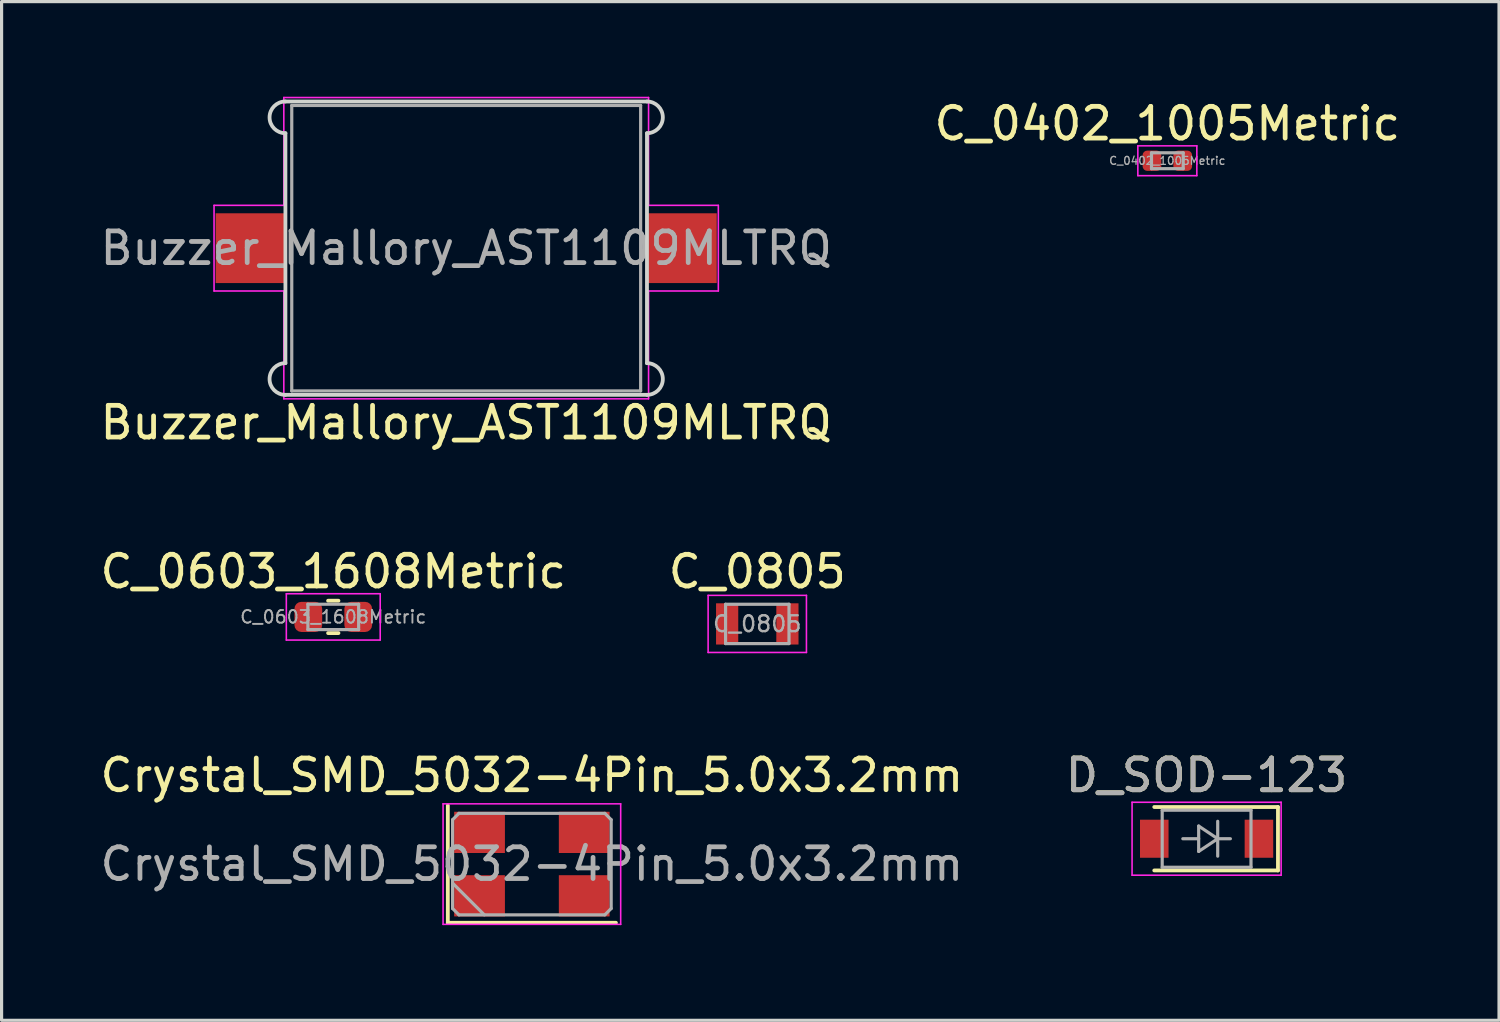
<source format=kicad_pcb>
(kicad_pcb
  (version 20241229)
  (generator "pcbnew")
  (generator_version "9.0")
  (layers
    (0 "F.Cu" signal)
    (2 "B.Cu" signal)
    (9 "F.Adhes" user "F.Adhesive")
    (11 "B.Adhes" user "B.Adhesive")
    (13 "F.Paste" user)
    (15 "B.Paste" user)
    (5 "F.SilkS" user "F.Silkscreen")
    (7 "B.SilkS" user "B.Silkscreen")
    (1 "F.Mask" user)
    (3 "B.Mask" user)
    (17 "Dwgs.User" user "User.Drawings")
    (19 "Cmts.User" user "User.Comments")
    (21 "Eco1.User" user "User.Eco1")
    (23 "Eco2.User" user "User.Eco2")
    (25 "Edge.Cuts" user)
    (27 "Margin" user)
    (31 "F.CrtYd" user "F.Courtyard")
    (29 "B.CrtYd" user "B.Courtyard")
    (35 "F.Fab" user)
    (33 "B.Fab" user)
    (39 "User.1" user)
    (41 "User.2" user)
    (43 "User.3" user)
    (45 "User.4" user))
  (footprint "C_0402_1005Metric"
    (layer "F.Cu")
    (at 33.756 2.018)
    (property "Reference" "C_0402_1005Metric" (at 0 -1.17 0) (layer "F.SilkS") (effects (font (size 1 1) (thickness 0.15))))
    (attr smd)
    (fp_line (start -0.93 -0.47) (end 0.93 -0.47) (stroke (width 0.05) (type solid)) (layer "F.CrtYd"))
    (fp_line (start -0.93 0.47) (end -0.93 -0.47) (stroke (width 0.05) (type solid)) (layer "F.CrtYd"))
    (fp_line (start 0.93 -0.47) (end 0.93 0.47) (stroke (width 0.05) (type solid)) (layer "F.CrtYd"))
    (fp_line (start 0.93 0.47) (end -0.93 0.47) (stroke (width 0.05) (type solid)) (layer "F.CrtYd"))
    (fp_line (start -0.5 -0.25) (end 0.5 -0.25) (stroke (width 0.1) (type solid)) (layer "F.Fab"))
    (fp_line (start -0.5 0.25) (end -0.5 -0.25) (stroke (width 0.1) (type solid)) (layer "F.Fab"))
    (fp_line (start 0.5 -0.25) (end 0.5 0.25) (stroke (width 0.1) (type solid)) (layer "F.Fab"))
    (fp_line (start 0.5 0.25) (end -0.5 0.25) (stroke (width 0.1) (type solid)) (layer "F.Fab"))
    (fp_text user "${REFERENCE}" (at 0 0 0) (layer "F.Fab") (effects (font (size 0.25 0.25) (thickness 0.04))))
    (pad "1" smd roundrect (at -0.485 0) (size 0.59 0.64) (layers "F.Cu" "F.Mask" "F.Paste") (roundrect_rratio 0.25))
    (pad "2" smd roundrect (at 0.485 0) (size 0.59 0.64) (layers "F.Cu" "F.Mask" "F.Paste") (roundrect_rratio 0.25)))
  (footprint "D_SOD-123"
    (layer "F.Cu")
    (at 34.994 23.395)
    (property "Reference" "D_SOD-123" (at 0 -2 0) (layer "F.SilkS") (effects (font (size 1 1) (thickness 0.15))))
    (attr smd)
    (fp_line (start 2.25 -1) (end -1.65 -1) (stroke (width 0.12) (type solid)) (layer "F.SilkS"))
    (fp_line (start 2.25 1) (end -1.65 1) (stroke (width 0.12) (type solid)) (layer "F.SilkS"))
    (fp_line (start 2.25 1) (end 2.25 -1) (stroke (width 0.12) (type solid)) (layer "F.SilkS"))
    (fp_line (start -2.35 -1.15) (end -2.35 1.15) (stroke (width 0.05) (type solid)) (layer "F.CrtYd"))
    (fp_line (start -2.35 -1.15) (end 2.35 -1.15) (stroke (width 0.05) (type solid)) (layer "F.CrtYd"))
    (fp_line (start 2.35 -1.15) (end 2.35 1.15) (stroke (width 0.05) (type solid)) (layer "F.CrtYd"))
    (fp_line (start 2.35 1.15) (end -2.35 1.15) (stroke (width 0.05) (type solid)) (layer "F.CrtYd"))
    (fp_line (start -1.4 -0.9) (end 1.4 -0.9) (stroke (width 0.1) (type solid)) (layer "F.Fab"))
    (fp_line (start -1.4 0.9) (end -1.4 -0.9) (stroke (width 0.1) (type solid)) (layer "F.Fab"))
    (fp_line (start -0.25 -0.4) (end 0.35 0) (stroke (width 0.1) (type solid)) (layer "F.Fab"))
    (fp_line (start -0.25 0) (end -0.75 0) (stroke (width 0.1) (type solid)) (layer "F.Fab"))
    (fp_line (start -0.25 0.4) (end -0.25 -0.4) (stroke (width 0.1) (type solid)) (layer "F.Fab"))
    (fp_line (start 0.35 0) (end -0.25 0.4) (stroke (width 0.1) (type solid)) (layer "F.Fab"))
    (fp_line (start 0.35 0) (end 0.35 -0.55) (stroke (width 0.1) (type solid)) (layer "F.Fab"))
    (fp_line (start 0.35 0) (end 0.35 0.55) (stroke (width 0.1) (type solid)) (layer "F.Fab"))
    (fp_line (start 0.75 0) (end 0.35 0) (stroke (width 0.1) (type solid)) (layer "F.Fab"))
    (fp_line (start 1.4 -0.9) (end 1.4 0.9) (stroke (width 0.1) (type solid)) (layer "F.Fab"))
    (fp_line (start 1.4 0.9) (end -1.4 0.9) (stroke (width 0.1) (type solid)) (layer "F.Fab"))
    (fp_text user "${REFERENCE}" (at 0 -2 0) (layer "F.Fab") (effects (font (size 1 1) (thickness 0.15))))
    (pad "+" smd rect (at -1.65 0) (size 0.9 1.2) (layers "F.Cu" "F.Mask" "F.Paste"))
    (pad "-" smd rect (at 1.65 0) (size 0.9 1.2) (layers "F.Cu" "F.Mask" "F.Paste")))
  (footprint "Crystal_SMD_5032-4Pin_5.0x3.2mm"
    (layer "F.Cu")
    (at 13.72 24.195)
    (property "Reference" "Crystal_SMD_5032-4Pin_5.0x3.2mm" (at 0 -2.8 0) (layer "F.SilkS") (effects (font (size 1 1) (thickness 0.15))))
    (attr smd)
    (fp_line (start -2.65 -1.85) (end -2.65 1.85) (stroke (width 0.12) (type solid)) (layer "F.SilkS"))
    (fp_line (start -2.65 1.85) (end 2.65 1.85) (stroke (width 0.12) (type solid)) (layer "F.SilkS"))
    (fp_line (start -2.8 -1.9) (end -2.8 1.9) (stroke (width 0.05) (type solid)) (layer "F.CrtYd"))
    (fp_line (start -2.8 1.9) (end 2.8 1.9) (stroke (width 0.05) (type solid)) (layer "F.CrtYd"))
    (fp_line (start 2.8 -1.9) (end -2.8 -1.9) (stroke (width 0.05) (type solid)) (layer "F.CrtYd"))
    (fp_line (start 2.8 1.9) (end 2.8 -1.9) (stroke (width 0.05) (type solid)) (layer "F.CrtYd"))
    (fp_line (start -2.5 -1.4) (end -2.3 -1.6) (stroke (width 0.1) (type solid)) (layer "F.Fab"))
    (fp_line (start -2.5 0.6) (end -1.5 1.6) (stroke (width 0.1) (type solid)) (layer "F.Fab"))
    (fp_line (start -2.5 1.4) (end -2.5 -1.4) (stroke (width 0.1) (type solid)) (layer "F.Fab"))
    (fp_line (start -2.3 -1.6) (end 2.3 -1.6) (stroke (width 0.1) (type solid)) (layer "F.Fab"))
    (fp_line (start -2.3 1.6) (end -2.5 1.4) (stroke (width 0.1) (type solid)) (layer "F.Fab"))
    (fp_line (start 2.3 -1.6) (end 2.5 -1.4) (stroke (width 0.1) (type solid)) (layer "F.Fab"))
    (fp_line (start 2.3 1.6) (end -2.3 1.6) (stroke (width 0.1) (type solid)) (layer "F.Fab"))
    (fp_line (start 2.5 -1.4) (end 2.5 1.4) (stroke (width 0.1) (type solid)) (layer "F.Fab"))
    (fp_line (start 2.5 1.4) (end 2.3 1.6) (stroke (width 0.1) (type solid)) (layer "F.Fab"))
    (fp_text user "${REFERENCE}" (at 0 0 0) (layer "F.Fab") (effects (font (size 1 1) (thickness 0.15))))
    (pad "1" smd rect (at -1.65 1) (size 1.6 1.3) (layers "F.Cu" "F.Mask" "F.Paste"))
    (pad "2" smd rect (at 1.65 1) (size 1.6 1.3) (layers "F.Cu" "F.Mask" "F.Paste"))
    (pad "3" smd rect (at 1.65 -1) (size 1.6 1.3) (layers "F.Cu" "F.Mask" "F.Paste"))
    (pad "4" smd rect (at -1.65 -1) (size 1.6 1.3) (layers "F.Cu" "F.Mask" "F.Paste")))
  (footprint "C_0805"
    (layer "F.Cu")
    (at 20.827 16.622)
    (property "Reference" "C_0805" (at 0 -1.65 0) (layer "F.SilkS") (effects (font (size 1 1) (thickness 0.15))))
    (attr smd)
    (fp_line (start -1.55 -0.9) (end -1.55 0.9) (stroke (width 0.05) (type solid)) (layer "F.CrtYd"))
    (fp_line (start -1.55 -0.9) (end 1.55 -0.9) (stroke (width 0.05) (type solid)) (layer "F.CrtYd"))
    (fp_line (start 1.55 0.9) (end -1.55 0.9) (stroke (width 0.05) (type solid)) (layer "F.CrtYd"))
    (fp_line (start 1.55 0.9) (end 1.55 -0.9) (stroke (width 0.05) (type solid)) (layer "F.CrtYd"))
    (fp_line (start -1 -0.62) (end 1 -0.62) (stroke (width 0.1) (type solid)) (layer "F.Fab"))
    (fp_line (start -1 0.62) (end -1 -0.62) (stroke (width 0.1) (type solid)) (layer "F.Fab"))
    (fp_line (start 1 -0.62) (end 1 0.62) (stroke (width 0.1) (type solid)) (layer "F.Fab"))
    (fp_line (start 1 0.62) (end -1 0.62) (stroke (width 0.1) (type solid)) (layer "F.Fab"))
    (fp_text user "${REFERENCE}" (at 0 0 0) (layer "F.Fab") (effects (font (size 0.5 0.5) (thickness 0.075))))
    (pad "1" smd rect (at -0.95 0) (size 0.7 1.3) (layers "F.Cu" "F.Mask" "F.Paste"))
    (pad "2" smd rect (at 0.95 0) (size 0.7 1.3) (layers "F.Cu" "F.Mask" "F.Paste")))
  (footprint "C_0603_1608Metric"
    (layer "F.Cu")
    (at 7.458 16.401)
    (property "Reference" "C_0603_1608Metric" (at 0 -1.43 0) (layer "F.SilkS") (effects (font (size 1 1) (thickness 0.15))))
    (attr smd)
    (fp_line (start -0.163 -0.51) (end 0.163 -0.51) (stroke (width 0.12) (type solid)) (layer "F.SilkS"))
    (fp_line (start -0.163 0.51) (end 0.163 0.51) (stroke (width 0.12) (type solid)) (layer "F.SilkS"))
    (fp_line (start -1.48 -0.73) (end 1.48 -0.73) (stroke (width 0.05) (type solid)) (layer "F.CrtYd"))
    (fp_line (start -1.48 0.73) (end -1.48 -0.73) (stroke (width 0.05) (type solid)) (layer "F.CrtYd"))
    (fp_line (start 1.48 -0.73) (end 1.48 0.73) (stroke (width 0.05) (type solid)) (layer "F.CrtYd"))
    (fp_line (start 1.48 0.73) (end -1.48 0.73) (stroke (width 0.05) (type solid)) (layer "F.CrtYd"))
    (fp_line (start -0.8 -0.4) (end 0.8 -0.4) (stroke (width 0.1) (type solid)) (layer "F.Fab"))
    (fp_line (start -0.8 0.4) (end -0.8 -0.4) (stroke (width 0.1) (type solid)) (layer "F.Fab"))
    (fp_line (start 0.8 -0.4) (end 0.8 0.4) (stroke (width 0.1) (type solid)) (layer "F.Fab"))
    (fp_line (start 0.8 0.4) (end -0.8 0.4) (stroke (width 0.1) (type solid)) (layer "F.Fab"))
    (fp_text user "${REFERENCE}" (at 0 0 0) (layer "F.Fab") (effects (font (size 0.4 0.4) (thickness 0.06))))
    (pad "1" smd roundrect (at -0.787 0) (size 0.875 0.95) (layers "F.Cu" "F.Mask" "F.Paste") (roundrect_rratio 0.25))
    (pad "2" smd roundrect (at 0.787 0) (size 0.875 0.95) (layers "F.Cu" "F.Mask" "F.Paste") (roundrect_rratio 0.25)))
  (footprint "Buzzer_Mallory_AST1109MLTRQ"
    (layer "F.Cu")
    (at 11.649 4.775)
    (property "Reference" "Buzzer_Mallory_AST1109MLTRQ" (at 0 5.5 180) (layer "F.SilkS") (effects (font (size 1 1) (thickness 0.15))))
    (attr smd)
    (fp_line (start -5.7 -4.625) (end 5.7 -4.625) (stroke (width 0.12) (type solid)) (layer "Edge.Cuts"))
    (fp_line (start -5.7 -3.625) (end -5.7 3.625) (stroke (width 0.12) (type solid)) (layer "Edge.Cuts"))
    (fp_line (start 5.7 -3.625) (end 5.7 3.625) (stroke (width 0.12) (type solid)) (layer "Edge.Cuts"))
    (fp_line (start 5.7 4.625) (end -5.7 4.625) (stroke (width 0.12) (type solid)) (layer "Edge.Cuts"))
    (fp_arc (start -5.7 -3.625) (mid -6.2 -4.125) (end -5.7 -4.625) (stroke (width 0.12) (type solid)) (layer "Edge.Cuts"))
    (fp_arc (start -5.7 4.625) (mid -6.2 4.125) (end -5.7 3.625) (stroke (width 0.12) (type solid)) (layer "Edge.Cuts"))
    (fp_arc (start 5.7 -4.625) (mid 6.2 -4.125) (end 5.7 -3.625) (stroke (width 0.12) (type solid)) (layer "Edge.Cuts"))
    (fp_arc (start 5.7 3.625) (mid 6.2 4.125) (end 5.7 4.625) (stroke (width 0.12) (type solid)) (layer "Edge.Cuts"))
    (fp_line (start -7.95 -1.35) (end -5.75 -1.35) (stroke (width 0.05) (type solid)) (layer "F.CrtYd"))
    (fp_line (start -7.95 1.35) (end -7.95 -1.35) (stroke (width 0.05) (type solid)) (layer "F.CrtYd"))
    (fp_line (start -5.75 -4.75) (end 5.75 -4.75) (stroke (width 0.05) (type solid)) (layer "F.CrtYd"))
    (fp_line (start -5.75 -1.35) (end -5.75 -4.75) (stroke (width 0.05) (type solid)) (layer "F.CrtYd"))
    (fp_line (start -5.75 1.35) (end -7.95 1.35) (stroke (width 0.05) (type solid)) (layer "F.CrtYd"))
    (fp_line (start -5.75 4.75) (end -5.75 1.35) (stroke (width 0.05) (type solid)) (layer "F.CrtYd"))
    (fp_line (start 5.75 -4.75) (end 5.75 -1.35) (stroke (width 0.05) (type solid)) (layer "F.CrtYd"))
    (fp_line (start 5.75 -1.35) (end 7.95 -1.35) (stroke (width 0.05) (type solid)) (layer "F.CrtYd"))
    (fp_line (start 5.75 1.35) (end 5.75 4.75) (stroke (width 0.05) (type solid)) (layer "F.CrtYd"))
    (fp_line (start 5.75 4.75) (end -5.75 4.75) (stroke (width 0.05) (type solid)) (layer "F.CrtYd"))
    (fp_line (start 7.95 -1.35) (end 7.95 1.35) (stroke (width 0.05) (type solid)) (layer "F.CrtYd"))
    (fp_line (start 7.95 1.35) (end 5.75 1.35) (stroke (width 0.05) (type solid)) (layer "F.CrtYd"))
    (fp_line (start -5.5 -4.5) (end 5.5 -4.5) (stroke (width 0.1) (type solid)) (layer "F.Fab"))
    (fp_line (start -5.5 4.5) (end -5.5 -4.5) (stroke (width 0.1) (type solid)) (layer "F.Fab"))
    (fp_line (start 5.5 -4.5) (end 5.5 4.5) (stroke (width 0.1) (type solid)) (layer "F.Fab"))
    (fp_line (start 5.5 4.5) (end -5.5 4.5) (stroke (width 0.1) (type solid)) (layer "F.Fab"))
    (fp_text user "${REFERENCE}" (at 0 0 180) (layer "F.Fab") (effects (font (size 1 1) (thickness 0.15))))
    (pad "1" smd rect (at -6.8 0) (size 2.2 2.2) (layers "F.Cu" "F.Mask" "F.Paste"))
    (pad "2" smd rect (at 6.8 0) (size 2.2 2.2) (layers "F.Cu" "F.Mask" "F.Paste")))
  (gr_rect
    (start -3 -3)
    (end 44.214 29.12)
    (stroke (width 0.1) (type default))
    (fill no)
    (layer "Edge.Cuts")))
</source>
